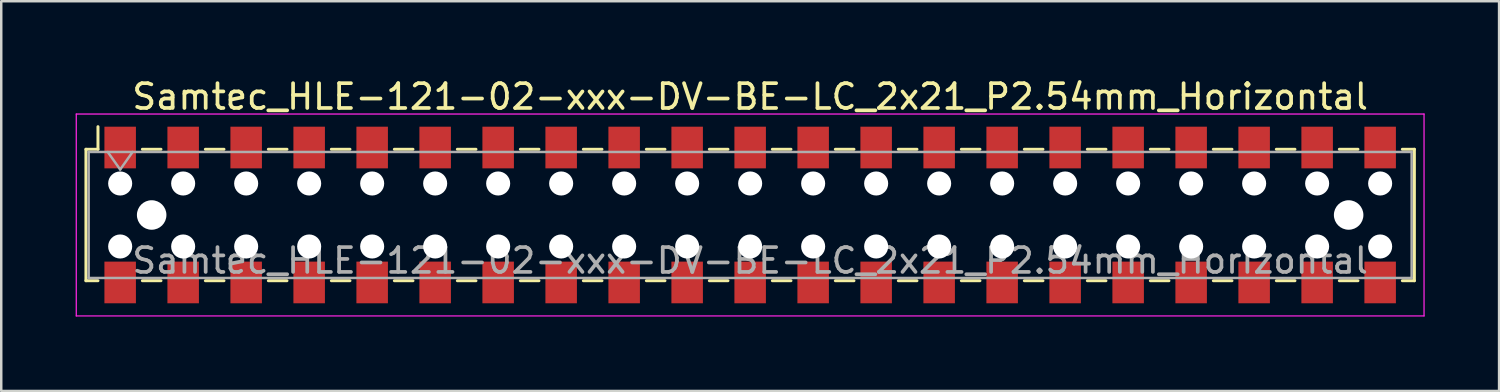
<source format=kicad_pcb>
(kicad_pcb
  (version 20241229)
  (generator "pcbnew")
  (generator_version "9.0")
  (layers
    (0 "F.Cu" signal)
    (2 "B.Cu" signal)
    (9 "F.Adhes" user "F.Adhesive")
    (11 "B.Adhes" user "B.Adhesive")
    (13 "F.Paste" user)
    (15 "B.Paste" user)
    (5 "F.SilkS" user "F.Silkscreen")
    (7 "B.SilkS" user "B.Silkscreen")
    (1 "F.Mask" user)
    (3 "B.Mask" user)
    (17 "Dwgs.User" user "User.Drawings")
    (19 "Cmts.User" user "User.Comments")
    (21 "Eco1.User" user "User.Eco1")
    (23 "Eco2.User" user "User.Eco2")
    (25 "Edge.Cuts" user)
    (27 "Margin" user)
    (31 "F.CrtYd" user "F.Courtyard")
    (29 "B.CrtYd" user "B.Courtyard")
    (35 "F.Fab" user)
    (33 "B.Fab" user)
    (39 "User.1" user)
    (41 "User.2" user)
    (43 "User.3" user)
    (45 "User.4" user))
  (footprint "Samtec_HLE-121-02-xxx-DV-BE-LC_2x21_P2.54mm_Horizontal"
    (layer "F.Cu")
    (at 27.195 5.618)
    (property "Reference" "Samtec_HLE-121-02-xxx-DV-BE-LC_2x21_P2.54mm_Horizontal" (at 0 -4.77 0) (layer "F.SilkS") (effects (font (size 1 1) (thickness 0.15))))
    (attr smd)
    (fp_line (start -26.78 -2.65) (end -26.78 2.65) (stroke (width 0.12) (type solid)) (layer "F.SilkS"))
    (fp_line (start -26.78 2.65) (end -26.295 2.65) (stroke (width 0.12) (type solid)) (layer "F.SilkS"))
    (fp_line (start -26.295 -3.56) (end -26.295 -2.65) (stroke (width 0.12) (type solid)) (layer "F.SilkS"))
    (fp_line (start -26.295 -2.65) (end -26.78 -2.65) (stroke (width 0.12) (type solid)) (layer "F.SilkS"))
    (fp_line (start -24.505 -2.65) (end -23.755 -2.65) (stroke (width 0.12) (type solid)) (layer "F.SilkS"))
    (fp_line (start -24.505 2.65) (end -23.755 2.65) (stroke (width 0.12) (type solid)) (layer "F.SilkS"))
    (fp_line (start -21.965 -2.65) (end -21.215 -2.65) (stroke (width 0.12) (type solid)) (layer "F.SilkS"))
    (fp_line (start -21.965 2.65) (end -21.215 2.65) (stroke (width 0.12) (type solid)) (layer "F.SilkS"))
    (fp_line (start -19.425 -2.65) (end -18.675 -2.65) (stroke (width 0.12) (type solid)) (layer "F.SilkS"))
    (fp_line (start -19.425 2.65) (end -18.675 2.65) (stroke (width 0.12) (type solid)) (layer "F.SilkS"))
    (fp_line (start -16.885 -2.65) (end -16.135 -2.65) (stroke (width 0.12) (type solid)) (layer "F.SilkS"))
    (fp_line (start -16.885 2.65) (end -16.135 2.65) (stroke (width 0.12) (type solid)) (layer "F.SilkS"))
    (fp_line (start -14.345 -2.65) (end -13.595 -2.65) (stroke (width 0.12) (type solid)) (layer "F.SilkS"))
    (fp_line (start -14.345 2.65) (end -13.595 2.65) (stroke (width 0.12) (type solid)) (layer "F.SilkS"))
    (fp_line (start -11.805 -2.65) (end -11.055 -2.65) (stroke (width 0.12) (type solid)) (layer "F.SilkS"))
    (fp_line (start -11.805 2.65) (end -11.055 2.65) (stroke (width 0.12) (type solid)) (layer "F.SilkS"))
    (fp_line (start -9.265 -2.65) (end -8.515 -2.65) (stroke (width 0.12) (type solid)) (layer "F.SilkS"))
    (fp_line (start -9.265 2.65) (end -8.515 2.65) (stroke (width 0.12) (type solid)) (layer "F.SilkS"))
    (fp_line (start -6.725 -2.65) (end -5.975 -2.65) (stroke (width 0.12) (type solid)) (layer "F.SilkS"))
    (fp_line (start -6.725 2.65) (end -5.975 2.65) (stroke (width 0.12) (type solid)) (layer "F.SilkS"))
    (fp_line (start -4.185 -2.65) (end -3.435 -2.65) (stroke (width 0.12) (type solid)) (layer "F.SilkS"))
    (fp_line (start -4.185 2.65) (end -3.435 2.65) (stroke (width 0.12) (type solid)) (layer "F.SilkS"))
    (fp_line (start -1.645 -2.65) (end -0.895 -2.65) (stroke (width 0.12) (type solid)) (layer "F.SilkS"))
    (fp_line (start -1.645 2.65) (end -0.895 2.65) (stroke (width 0.12) (type solid)) (layer "F.SilkS"))
    (fp_line (start 0.895 -2.65) (end 1.645 -2.65) (stroke (width 0.12) (type solid)) (layer "F.SilkS"))
    (fp_line (start 0.895 2.65) (end 1.645 2.65) (stroke (width 0.12) (type solid)) (layer "F.SilkS"))
    (fp_line (start 3.435 -2.65) (end 4.185 -2.65) (stroke (width 0.12) (type solid)) (layer "F.SilkS"))
    (fp_line (start 3.435 2.65) (end 4.185 2.65) (stroke (width 0.12) (type solid)) (layer "F.SilkS"))
    (fp_line (start 5.975 -2.65) (end 6.725 -2.65) (stroke (width 0.12) (type solid)) (layer "F.SilkS"))
    (fp_line (start 5.975 2.65) (end 6.725 2.65) (stroke (width 0.12) (type solid)) (layer "F.SilkS"))
    (fp_line (start 8.515 -2.65) (end 9.265 -2.65) (stroke (width 0.12) (type solid)) (layer "F.SilkS"))
    (fp_line (start 8.515 2.65) (end 9.265 2.65) (stroke (width 0.12) (type solid)) (layer "F.SilkS"))
    (fp_line (start 11.055 -2.65) (end 11.805 -2.65) (stroke (width 0.12) (type solid)) (layer "F.SilkS"))
    (fp_line (start 11.055 2.65) (end 11.805 2.65) (stroke (width 0.12) (type solid)) (layer "F.SilkS"))
    (fp_line (start 13.595 -2.65) (end 14.345 -2.65) (stroke (width 0.12) (type solid)) (layer "F.SilkS"))
    (fp_line (start 13.595 2.65) (end 14.345 2.65) (stroke (width 0.12) (type solid)) (layer "F.SilkS"))
    (fp_line (start 16.135 -2.65) (end 16.885 -2.65) (stroke (width 0.12) (type solid)) (layer "F.SilkS"))
    (fp_line (start 16.135 2.65) (end 16.885 2.65) (stroke (width 0.12) (type solid)) (layer "F.SilkS"))
    (fp_line (start 18.675 -2.65) (end 19.425 -2.65) (stroke (width 0.12) (type solid)) (layer "F.SilkS"))
    (fp_line (start 18.675 2.65) (end 19.425 2.65) (stroke (width 0.12) (type solid)) (layer "F.SilkS"))
    (fp_line (start 21.215 -2.65) (end 21.965 -2.65) (stroke (width 0.12) (type solid)) (layer "F.SilkS"))
    (fp_line (start 21.215 2.65) (end 21.965 2.65) (stroke (width 0.12) (type solid)) (layer "F.SilkS"))
    (fp_line (start 23.755 -2.65) (end 24.505 -2.65) (stroke (width 0.12) (type solid)) (layer "F.SilkS"))
    (fp_line (start 23.755 2.65) (end 24.505 2.65) (stroke (width 0.12) (type solid)) (layer "F.SilkS"))
    (fp_line (start 26.295 -2.65) (end 26.78 -2.65) (stroke (width 0.12) (type solid)) (layer "F.SilkS"))
    (fp_line (start 26.78 -2.65) (end 26.78 2.65) (stroke (width 0.12) (type solid)) (layer "F.SilkS"))
    (fp_line (start 26.78 2.65) (end 26.295 2.65) (stroke (width 0.12) (type solid)) (layer "F.SilkS"))
    (fp_line (start -27.17 -4.07) (end 27.17 -4.07) (stroke (width 0.05) (type solid)) (layer "F.CrtYd"))
    (fp_line (start -27.17 4.07) (end -27.17 -4.07) (stroke (width 0.05) (type solid)) (layer "F.CrtYd"))
    (fp_line (start 27.17 -4.07) (end 27.17 4.07) (stroke (width 0.05) (type solid)) (layer "F.CrtYd"))
    (fp_line (start 27.17 4.07) (end -27.17 4.07) (stroke (width 0.05) (type solid)) (layer "F.CrtYd"))
    (fp_line (start -26.67 -2.54) (end 26.67 -2.54) (stroke (width 0.1) (type solid)) (layer "F.Fab"))
    (fp_line (start -26.67 2.54) (end -26.67 -2.54) (stroke (width 0.1) (type solid)) (layer "F.Fab"))
    (fp_line (start -25.9 -2.54) (end -25.4 -1.833) (stroke (width 0.1) (type solid)) (layer "F.Fab"))
    (fp_line (start -25.4 -1.833) (end -24.9 -2.54) (stroke (width 0.1) (type solid)) (layer "F.Fab"))
    (fp_line (start 26.67 -2.54) (end 26.67 2.54) (stroke (width 0.1) (type solid)) (layer "F.Fab"))
    (fp_line (start 26.67 2.54) (end -26.67 2.54) (stroke (width 0.1) (type solid)) (layer "F.Fab"))
    (fp_text user "${REFERENCE}" (at 0 1.84 0) (layer "F.Fab") (effects (font (size 1 1) (thickness 0.15))))
    (pad "" np_thru_hole circle (at -25.4 -1.27) (size 0.97 0.97) (drill 0.97) (layers "*.Cu" "*.Mask"))
    (pad "" np_thru_hole circle (at -25.4 1.27) (size 0.97 0.97) (drill 0.97) (layers "*.Cu" "*.Mask"))
    (pad "" np_thru_hole circle (at -24.13 0) (size 1.19 1.19) (drill 1.19) (layers "*.Cu" "*.Mask"))
    (pad "" np_thru_hole circle (at -22.86 -1.27) (size 0.97 0.97) (drill 0.97) (layers "*.Cu" "*.Mask"))
    (pad "" np_thru_hole circle (at -22.86 1.27) (size 0.97 0.97) (drill 0.97) (layers "*.Cu" "*.Mask"))
    (pad "" np_thru_hole circle (at -20.32 -1.27) (size 0.97 0.97) (drill 0.97) (layers "*.Cu" "*.Mask"))
    (pad "" np_thru_hole circle (at -20.32 1.27) (size 0.97 0.97) (drill 0.97) (layers "*.Cu" "*.Mask"))
    (pad "" np_thru_hole circle (at -17.78 -1.27) (size 0.97 0.97) (drill 0.97) (layers "*.Cu" "*.Mask"))
    (pad "" np_thru_hole circle (at -17.78 1.27) (size 0.97 0.97) (drill 0.97) (layers "*.Cu" "*.Mask"))
    (pad "" np_thru_hole circle (at -15.24 -1.27) (size 0.97 0.97) (drill 0.97) (layers "*.Cu" "*.Mask"))
    (pad "" np_thru_hole circle (at -15.24 1.27) (size 0.97 0.97) (drill 0.97) (layers "*.Cu" "*.Mask"))
    (pad "" np_thru_hole circle (at -12.7 -1.27) (size 0.97 0.97) (drill 0.97) (layers "*.Cu" "*.Mask"))
    (pad "" np_thru_hole circle (at -12.7 1.27) (size 0.97 0.97) (drill 0.97) (layers "*.Cu" "*.Mask"))
    (pad "" np_thru_hole circle (at -10.16 -1.27) (size 0.97 0.97) (drill 0.97) (layers "*.Cu" "*.Mask"))
    (pad "" np_thru_hole circle (at -10.16 1.27) (size 0.97 0.97) (drill 0.97) (layers "*.Cu" "*.Mask"))
    (pad "" np_thru_hole circle (at -7.62 -1.27) (size 0.97 0.97) (drill 0.97) (layers "*.Cu" "*.Mask"))
    (pad "" np_thru_hole circle (at -7.62 1.27) (size 0.97 0.97) (drill 0.97) (layers "*.Cu" "*.Mask"))
    (pad "" np_thru_hole circle (at -5.08 -1.27) (size 0.97 0.97) (drill 0.97) (layers "*.Cu" "*.Mask"))
    (pad "" np_thru_hole circle (at -5.08 1.27) (size 0.97 0.97) (drill 0.97) (layers "*.Cu" "*.Mask"))
    (pad "" np_thru_hole circle (at -2.54 -1.27) (size 0.97 0.97) (drill 0.97) (layers "*.Cu" "*.Mask"))
    (pad "" np_thru_hole circle (at -2.54 1.27) (size 0.97 0.97) (drill 0.97) (layers "*.Cu" "*.Mask"))
    (pad "" np_thru_hole circle (at 0 -1.27) (size 0.97 0.97) (drill 0.97) (layers "*.Cu" "*.Mask"))
    (pad "" np_thru_hole circle (at 0 1.27) (size 0.97 0.97) (drill 0.97) (layers "*.Cu" "*.Mask"))
    (pad "" np_thru_hole circle (at 2.54 -1.27) (size 0.97 0.97) (drill 0.97) (layers "*.Cu" "*.Mask"))
    (pad "" np_thru_hole circle (at 2.54 1.27) (size 0.97 0.97) (drill 0.97) (layers "*.Cu" "*.Mask"))
    (pad "" np_thru_hole circle (at 5.08 -1.27) (size 0.97 0.97) (drill 0.97) (layers "*.Cu" "*.Mask"))
    (pad "" np_thru_hole circle (at 5.08 1.27) (size 0.97 0.97) (drill 0.97) (layers "*.Cu" "*.Mask"))
    (pad "" np_thru_hole circle (at 7.62 -1.27) (size 0.97 0.97) (drill 0.97) (layers "*.Cu" "*.Mask"))
    (pad "" np_thru_hole circle (at 7.62 1.27) (size 0.97 0.97) (drill 0.97) (layers "*.Cu" "*.Mask"))
    (pad "" np_thru_hole circle (at 10.16 -1.27) (size 0.97 0.97) (drill 0.97) (layers "*.Cu" "*.Mask"))
    (pad "" np_thru_hole circle (at 10.16 1.27) (size 0.97 0.97) (drill 0.97) (layers "*.Cu" "*.Mask"))
    (pad "" np_thru_hole circle (at 12.7 -1.27) (size 0.97 0.97) (drill 0.97) (layers "*.Cu" "*.Mask"))
    (pad "" np_thru_hole circle (at 12.7 1.27) (size 0.97 0.97) (drill 0.97) (layers "*.Cu" "*.Mask"))
    (pad "" np_thru_hole circle (at 15.24 -1.27) (size 0.97 0.97) (drill 0.97) (layers "*.Cu" "*.Mask"))
    (pad "" np_thru_hole circle (at 15.24 1.27) (size 0.97 0.97) (drill 0.97) (layers "*.Cu" "*.Mask"))
    (pad "" np_thru_hole circle (at 17.78 -1.27) (size 0.97 0.97) (drill 0.97) (layers "*.Cu" "*.Mask"))
    (pad "" np_thru_hole circle (at 17.78 1.27) (size 0.97 0.97) (drill 0.97) (layers "*.Cu" "*.Mask"))
    (pad "" np_thru_hole circle (at 20.32 -1.27) (size 0.97 0.97) (drill 0.97) (layers "*.Cu" "*.Mask"))
    (pad "" np_thru_hole circle (at 20.32 1.27) (size 0.97 0.97) (drill 0.97) (layers "*.Cu" "*.Mask"))
    (pad "" np_thru_hole circle (at 22.86 -1.27) (size 0.97 0.97) (drill 0.97) (layers "*.Cu" "*.Mask"))
    (pad "" np_thru_hole circle (at 22.86 1.27) (size 0.97 0.97) (drill 0.97) (layers "*.Cu" "*.Mask"))
    (pad "" np_thru_hole circle (at 24.13 0) (size 1.19 1.19) (drill 1.19) (layers "*.Cu" "*.Mask"))
    (pad "" np_thru_hole circle (at 25.4 -1.27) (size 0.97 0.97) (drill 0.97) (layers "*.Cu" "*.Mask"))
    (pad "" np_thru_hole circle (at 25.4 1.27) (size 0.97 0.97) (drill 0.97) (layers "*.Cu" "*.Mask"))
    (pad "1" smd rect (at -25.4 -2.72) (size 1.27 1.68) (layers "F.Cu" "F.Mask" "F.Paste"))
    (pad "2" smd rect (at -25.4 2.72) (size 1.27 1.68) (layers "F.Cu" "F.Mask" "F.Paste"))
    (pad "3" smd rect (at -22.86 -2.72) (size 1.27 1.68) (layers "F.Cu" "F.Mask" "F.Paste"))
    (pad "4" smd rect (at -22.86 2.72) (size 1.27 1.68) (layers "F.Cu" "F.Mask" "F.Paste"))
    (pad "5" smd rect (at -20.32 -2.72) (size 1.27 1.68) (layers "F.Cu" "F.Mask" "F.Paste"))
    (pad "6" smd rect (at -20.32 2.72) (size 1.27 1.68) (layers "F.Cu" "F.Mask" "F.Paste"))
    (pad "7" smd rect (at -17.78 -2.72) (size 1.27 1.68) (layers "F.Cu" "F.Mask" "F.Paste"))
    (pad "8" smd rect (at -17.78 2.72) (size 1.27 1.68) (layers "F.Cu" "F.Mask" "F.Paste"))
    (pad "9" smd rect (at -15.24 -2.72) (size 1.27 1.68) (layers "F.Cu" "F.Mask" "F.Paste"))
    (pad "10" smd rect (at -15.24 2.72) (size 1.27 1.68) (layers "F.Cu" "F.Mask" "F.Paste"))
    (pad "11" smd rect (at -12.7 -2.72) (size 1.27 1.68) (layers "F.Cu" "F.Mask" "F.Paste"))
    (pad "12" smd rect (at -12.7 2.72) (size 1.27 1.68) (layers "F.Cu" "F.Mask" "F.Paste"))
    (pad "13" smd rect (at -10.16 -2.72) (size 1.27 1.68) (layers "F.Cu" "F.Mask" "F.Paste"))
    (pad "14" smd rect (at -10.16 2.72) (size 1.27 1.68) (layers "F.Cu" "F.Mask" "F.Paste"))
    (pad "15" smd rect (at -7.62 -2.72) (size 1.27 1.68) (layers "F.Cu" "F.Mask" "F.Paste"))
    (pad "16" smd rect (at -7.62 2.72) (size 1.27 1.68) (layers "F.Cu" "F.Mask" "F.Paste"))
    (pad "17" smd rect (at -5.08 -2.72) (size 1.27 1.68) (layers "F.Cu" "F.Mask" "F.Paste"))
    (pad "18" smd rect (at -5.08 2.72) (size 1.27 1.68) (layers "F.Cu" "F.Mask" "F.Paste"))
    (pad "19" smd rect (at -2.54 -2.72) (size 1.27 1.68) (layers "F.Cu" "F.Mask" "F.Paste"))
    (pad "20" smd rect (at -2.54 2.72) (size 1.27 1.68) (layers "F.Cu" "F.Mask" "F.Paste"))
    (pad "21" smd rect (at 0 -2.72) (size 1.27 1.68) (layers "F.Cu" "F.Mask" "F.Paste"))
    (pad "22" smd rect (at 0 2.72) (size 1.27 1.68) (layers "F.Cu" "F.Mask" "F.Paste"))
    (pad "23" smd rect (at 2.54 -2.72) (size 1.27 1.68) (layers "F.Cu" "F.Mask" "F.Paste"))
    (pad "24" smd rect (at 2.54 2.72) (size 1.27 1.68) (layers "F.Cu" "F.Mask" "F.Paste"))
    (pad "25" smd rect (at 5.08 -2.72) (size 1.27 1.68) (layers "F.Cu" "F.Mask" "F.Paste"))
    (pad "26" smd rect (at 5.08 2.72) (size 1.27 1.68) (layers "F.Cu" "F.Mask" "F.Paste"))
    (pad "27" smd rect (at 7.62 -2.72) (size 1.27 1.68) (layers "F.Cu" "F.Mask" "F.Paste"))
    (pad "28" smd rect (at 7.62 2.72) (size 1.27 1.68) (layers "F.Cu" "F.Mask" "F.Paste"))
    (pad "29" smd rect (at 10.16 -2.72) (size 1.27 1.68) (layers "F.Cu" "F.Mask" "F.Paste"))
    (pad "30" smd rect (at 10.16 2.72) (size 1.27 1.68) (layers "F.Cu" "F.Mask" "F.Paste"))
    (pad "31" smd rect (at 12.7 -2.72) (size 1.27 1.68) (layers "F.Cu" "F.Mask" "F.Paste"))
    (pad "32" smd rect (at 12.7 2.72) (size 1.27 1.68) (layers "F.Cu" "F.Mask" "F.Paste"))
    (pad "33" smd rect (at 15.24 -2.72) (size 1.27 1.68) (layers "F.Cu" "F.Mask" "F.Paste"))
    (pad "34" smd rect (at 15.24 2.72) (size 1.27 1.68) (layers "F.Cu" "F.Mask" "F.Paste"))
    (pad "35" smd rect (at 17.78 -2.72) (size 1.27 1.68) (layers "F.Cu" "F.Mask" "F.Paste"))
    (pad "36" smd rect (at 17.78 2.72) (size 1.27 1.68) (layers "F.Cu" "F.Mask" "F.Paste"))
    (pad "37" smd rect (at 20.32 -2.72) (size 1.27 1.68) (layers "F.Cu" "F.Mask" "F.Paste"))
    (pad "38" smd rect (at 20.32 2.72) (size 1.27 1.68) (layers "F.Cu" "F.Mask" "F.Paste"))
    (pad "39" smd rect (at 22.86 -2.72) (size 1.27 1.68) (layers "F.Cu" "F.Mask" "F.Paste"))
    (pad "40" smd rect (at 22.86 2.72) (size 1.27 1.68) (layers "F.Cu" "F.Mask" "F.Paste"))
    (pad "41" smd rect (at 25.4 -2.72) (size 1.27 1.68) (layers "F.Cu" "F.Mask" "F.Paste"))
    (pad "42" smd rect (at 25.4 2.72) (size 1.27 1.68) (layers "F.Cu" "F.Mask" "F.Paste")))
  (gr_rect
    (start -3 -3)
    (end 57.39 12.713)
    (stroke (width 0.1) (type default))
    (fill no)
    (layer "Edge.Cuts")))
</source>
